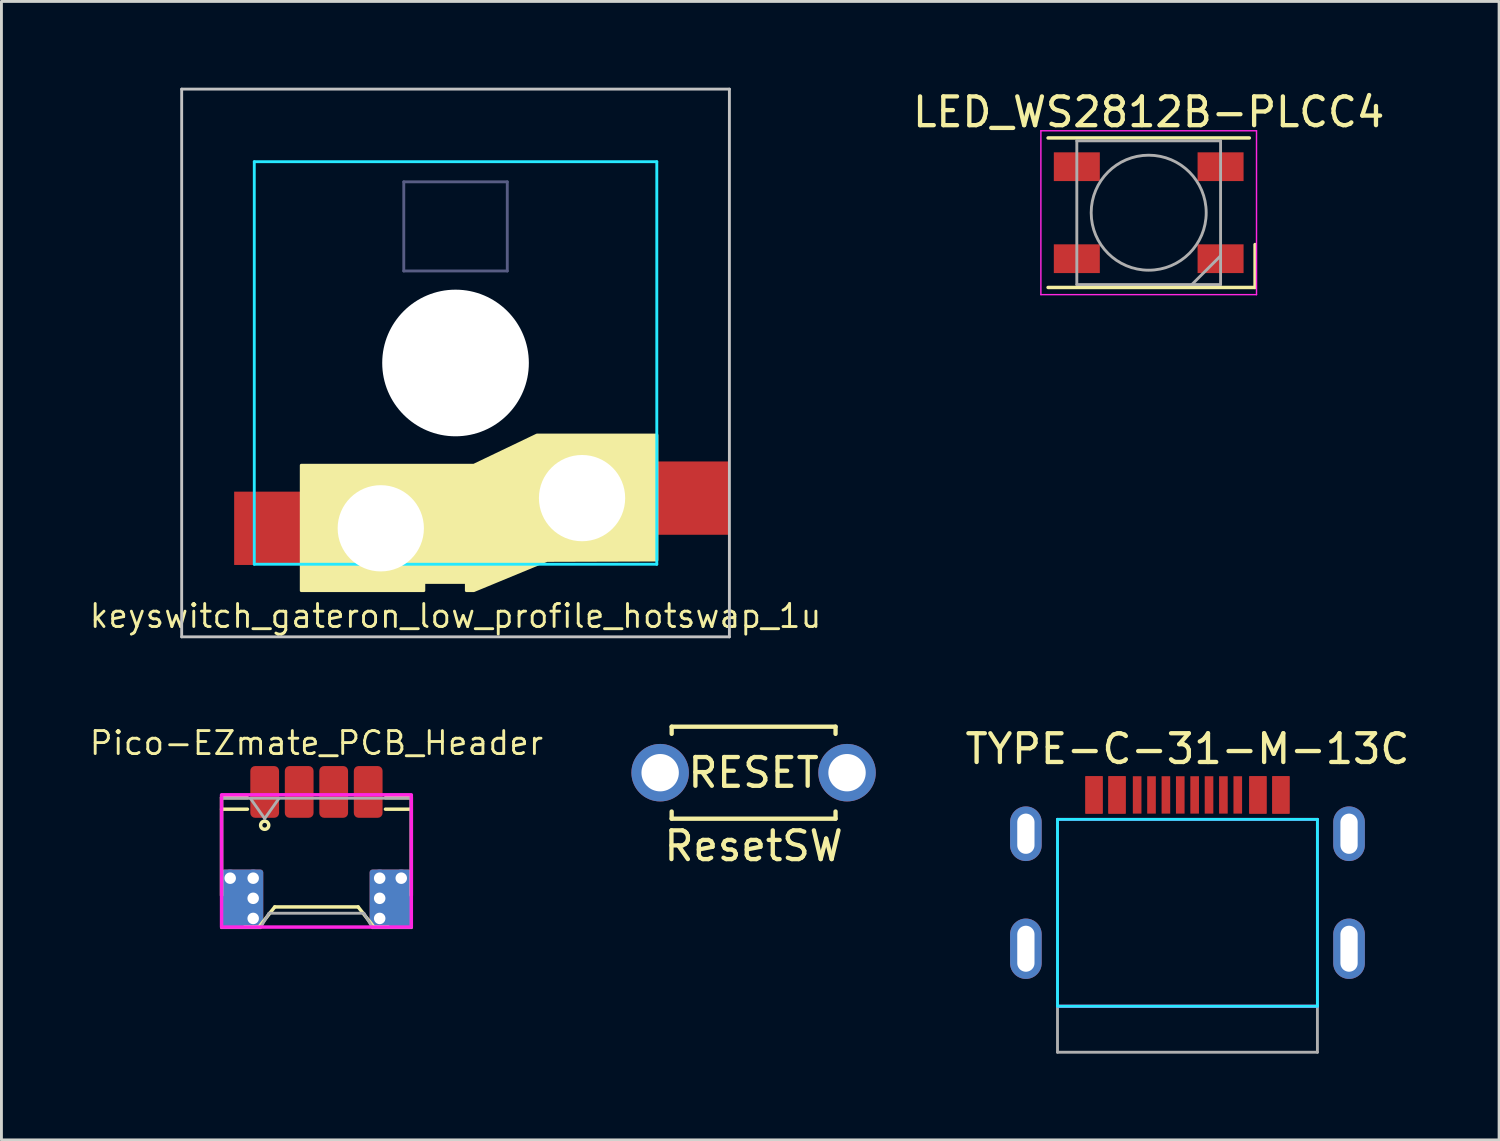
<source format=kicad_pcb>
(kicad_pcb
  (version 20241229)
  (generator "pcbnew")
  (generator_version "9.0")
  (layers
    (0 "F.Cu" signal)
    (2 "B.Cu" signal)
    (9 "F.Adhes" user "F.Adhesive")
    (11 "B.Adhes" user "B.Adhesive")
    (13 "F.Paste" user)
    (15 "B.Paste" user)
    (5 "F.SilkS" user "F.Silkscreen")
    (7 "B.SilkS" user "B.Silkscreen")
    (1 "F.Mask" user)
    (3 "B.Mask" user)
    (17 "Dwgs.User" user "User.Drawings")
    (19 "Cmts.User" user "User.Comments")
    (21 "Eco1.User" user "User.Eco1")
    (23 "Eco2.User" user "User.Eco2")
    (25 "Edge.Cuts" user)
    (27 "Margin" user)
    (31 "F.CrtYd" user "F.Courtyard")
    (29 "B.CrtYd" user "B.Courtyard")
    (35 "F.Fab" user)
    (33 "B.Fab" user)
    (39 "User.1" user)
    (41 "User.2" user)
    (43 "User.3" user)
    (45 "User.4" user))
  (footprint "ResetSW"
    (layer "F.Cu")
    (at 23.161 23.825)
    (property "Reference" "ResetSW" (at 0 2.55 0) (layer "F.SilkS") (effects (font (size 1 1) (thickness 0.15))))
    (attr through_hole)
    (fp_line (start -2.85 -1.6) (end -2.85 -1.35) (stroke (width 0.15) (type solid)) (layer "F.SilkS"))
    (fp_line (start -2.85 -1.6) (end 2.85 -1.6) (stroke (width 0.15) (type solid)) (layer "F.SilkS"))
    (fp_line (start -2.85 1.6) (end -2.85 1.35) (stroke (width 0.15) (type solid)) (layer "F.SilkS"))
    (fp_line (start -2.85 1.6) (end 2.85 1.6) (stroke (width 0.15) (type solid)) (layer "F.SilkS"))
    (fp_line (start 2.85 -1.6) (end 2.85 -1.35) (stroke (width 0.15) (type solid)) (layer "F.SilkS"))
    (fp_line (start 2.85 1.6) (end 2.85 1.35) (stroke (width 0.15) (type solid)) (layer "F.SilkS"))
    (fp_text user "RESET" (at 0 0 0) (layer "F.SilkS") (effects (font (size 1 1) (thickness 0.15))))
    (pad "1" thru_hole circle (at 3.25 0) (size 2 2) (drill 1.3) (layers "*.Cu" "B.Mask"))
    (pad "2" thru_hole circle (at -3.25 0) (size 2 2) (drill 1.3) (layers "*.Cu" "B.Mask")))
  (footprint "LED_WS2812B-PLCC4"
    (layer "F.Cu")
    (at 36.903 4.348)
    (property "Reference" "LED_WS2812B-PLCC4" (at 0 -3.5 0) (layer "F.SilkS") (effects (font (size 1 1) (thickness 0.15))))
    (attr smd)
    (fp_line (start -3.5 -2.6) (end 3.5 -2.6) (stroke (width 0.12) (type solid)) (layer "F.SilkS"))
    (fp_line (start -3.5 2.6) (end 3.7 2.6) (stroke (width 0.12) (type solid)) (layer "F.SilkS"))
    (fp_line (start 3.7 2.6) (end 3.7 1.107) (stroke (width 0.12) (type solid)) (layer "F.SilkS"))
    (fp_line (start -3.75 -2.85) (end -3.75 2.85) (stroke (width 0.05) (type solid)) (layer "F.CrtYd"))
    (fp_line (start -3.75 2.85) (end 3.75 2.85) (stroke (width 0.05) (type solid)) (layer "F.CrtYd"))
    (fp_line (start 3.75 -2.85) (end -3.75 -2.85) (stroke (width 0.05) (type solid)) (layer "F.CrtYd"))
    (fp_line (start 3.75 2.85) (end 3.75 -2.85) (stroke (width 0.05) (type solid)) (layer "F.CrtYd"))
    (fp_line (start -2.5 -2.5) (end -2.5 2.5) (stroke (width 0.1) (type solid)) (layer "F.Fab"))
    (fp_line (start -2.5 2.5) (end 2.5 2.5) (stroke (width 0.1) (type solid)) (layer "F.Fab"))
    (fp_line (start 2.5 -2.5) (end -2.5 -2.5) (stroke (width 0.1) (type solid)) (layer "F.Fab"))
    (fp_line (start 2.5 1.5) (end 1.5 2.5) (stroke (width 0.1) (type solid)) (layer "F.Fab"))
    (fp_line (start 2.5 2.5) (end 2.5 -2.5) (stroke (width 0.1) (type solid)) (layer "F.Fab"))
    (fp_circle (center 0 0) (end 0 -2) (stroke (width 0.1) (type solid)) (fill no) (layer "F.Fab"))
    (pad "1" smd rect (at -2.5 -1.6) (size 1.6 1) (layers "F.Cu" "F.Mask" "F.Paste"))
    (pad "2" smd rect (at -2.5 1.6) (size 1.6 1) (layers "F.Cu" "F.Mask" "F.Paste"))
    (pad "3" smd rect (at 2.5 1.6) (size 1.6 1) (layers "F.Cu" "F.Mask" "F.Paste"))
    (pad "4" smd rect (at 2.5 -1.6) (size 1.6 1) (layers "F.Cu" "F.Mask" "F.Paste")))
  (footprint "keyswitch_gateron_low_profile_hotswap_1u"
    (layer "F.Cu")
    (at 12.794 9.575)
    (property "Reference" "keyswitch_gateron_low_profile_hotswap_1u" (at 0 8.8 0) (layer "F.SilkS") (effects (font (size 0.8 0.8) (thickness 0.1) (bold yes))))
    (attr smd)
    (fp_poly (pts (xy -5.366 3.557) (xy 0.637 3.557) (xy 2.83 2.507) (xy 7.004 2.507) (xy 7.004 6.855) (xy 3.178 6.867) (xy 0.637 7.917) (xy 0.376 7.917) (xy 0.376 7.632) (xy -1.103 7.632) (xy -1.103 7.917) (xy -5.366 7.917)) (stroke (width 0.1) (type solid)) (fill yes) (layer "F.SilkS"))
    (fp_line (start -9.525 -9.525) (end -9.525 9.525) (stroke (width 0.1) (type solid)) (layer "Dwgs.User"))
    (fp_line (start -9.525 9.525) (end 9.525 9.525) (stroke (width 0.1) (type solid)) (layer "Dwgs.User"))
    (fp_line (start 9.525 -9.525) (end -9.525 -9.525) (stroke (width 0.1) (type solid)) (layer "Dwgs.User"))
    (fp_line (start 9.525 9.525) (end 9.525 -9.525) (stroke (width 0.1) (type solid)) (layer "Dwgs.User"))
    (fp_line (start -7 -7) (end -7 7) (stroke (width 0.1) (type solid)) (layer "B.CrtYd"))
    (fp_line (start -7 7) (end 7 7) (stroke (width 0.1) (type solid)) (layer "B.CrtYd"))
    (fp_line (start 7 -7) (end -7 -7) (stroke (width 0.1) (type solid)) (layer "B.CrtYd"))
    (fp_line (start 7 7) (end 7 -7) (stroke (width 0.1) (type solid)) (layer "B.CrtYd"))
    (fp_line (start -1.8 -6.3) (end 1.8 -6.3) (stroke (width 0.1) (type default)) (layer "B.Fab"))
    (fp_line (start -1.8 -3.2) (end -1.8 -6.3) (stroke (width 0.1) (type default)) (layer "B.Fab"))
    (fp_line (start -1.8 -3.2) (end 1.8 -3.2) (stroke (width 0.1) (type default)) (layer "B.Fab"))
    (fp_line (start 1.8 -3.2) (end 1.8 -6.3) (stroke (width 0.1) (type default)) (layer "B.Fab"))
    (pad "" np_thru_hole circle (at -2.6 5.75 90) (size 3 3) (drill 3) (layers "*.Cu" "*.Mask"))
    (pad "" np_thru_hole circle (at 0 0 90) (size 5.1 5.1) (drill 5.1) (layers "*.Cu" "*.Mask"))
    (pad "" np_thru_hole circle (at 4.4 4.7 90) (size 3 3) (drill 3) (layers "*.Cu" "*.Mask"))
    (pad "1" smd rect (at 8.25 4.7 180) (size 2.5 2.55) (layers "F.Cu" "F.Mask" "F.Paste"))
    (pad "2" smd rect (at -6.45 5.75 180) (size 2.5 2.55) (layers "F.Cu" "F.Mask" "F.Paste")))
  (footprint "TYPE-C-31-M-13C"
    (layer "F.Cu")
    (at 38.251 29.948)
    (property "Reference" "TYPE-C-31-M-13C" (at 0 -6.95 0) (layer "F.SilkS") (effects (font (size 1 1) (thickness 0.15))))
    (attr smd)
    (fp_line (start -4.52 -4.5) (end -4.52 2) (stroke (width 0.1) (type solid)) (layer "B.CrtYd"))
    (fp_line (start 4.52 -4.5) (end -4.52 -4.5) (stroke (width 0.1) (type default)) (layer "B.CrtYd"))
    (fp_line (start 4.52 -4.5) (end 4.52 2) (stroke (width 0.1) (type solid)) (layer "B.CrtYd"))
    (fp_line (start 4.52 2) (end -4.52 2) (stroke (width 0.1) (type default)) (layer "B.CrtYd"))
    (fp_line (start -4.52 -4.5) (end -4.52 2) (stroke (width 0.1) (type solid)) (layer "F.CrtYd"))
    (fp_line (start 4.52 -4.5) (end -4.52 -4.5) (stroke (width 0.1) (type default)) (layer "F.CrtYd"))
    (fp_line (start 4.52 -4.5) (end 4.52 2) (stroke (width 0.1) (type solid)) (layer "F.CrtYd"))
    (fp_line (start 4.52 2) (end -4.52 2) (stroke (width 0.1) (type default)) (layer "F.CrtYd"))
    (fp_line (start -4.52 2) (end -4.52 3.6) (stroke (width 0.1) (type default)) (layer "F.Fab"))
    (fp_line (start -4.52 2) (end 4.52 2) (stroke (width 0.1) (type default)) (layer "F.Fab"))
    (fp_line (start 4.52 2) (end 4.52 3.6) (stroke (width 0.1) (type default)) (layer "F.Fab"))
    (fp_line (start 4.52 3.6) (end -4.52 3.6) (stroke (width 0.1) (type default)) (layer "F.Fab"))
    (pad "A1" smd rect (at -3.25 -5.35) (size 0.6 1.3) (layers "F.Cu" "F.Mask" "F.Paste"))
    (pad "A4" smd rect (at -2.45 -5.35) (size 0.6 1.3) (layers "F.Cu" "F.Mask" "F.Paste"))
    (pad "A5" smd rect (at -1.25 -5.35) (size 0.3 1.3) (layers "F.Cu" "F.Mask" "F.Paste"))
    (pad "A6" smd rect (at -0.25 -5.35) (size 0.3 1.3) (layers "F.Cu" "F.Mask" "F.Paste"))
    (pad "A7" smd rect (at 0.25 -5.35) (size 0.3 1.3) (layers "F.Cu" "F.Mask" "F.Paste"))
    (pad "A8" smd rect (at 1.25 -5.35) (size 0.3 1.3) (layers "F.Cu" "F.Mask" "F.Paste"))
    (pad "A9" smd rect (at 2.45 -5.35) (size 0.6 1.3) (layers "F.Cu" "F.Mask" "F.Paste"))
    (pad "A12" smd rect (at 3.25 -5.35) (size 0.6 1.3) (layers "F.Cu" "F.Mask" "F.Paste"))
    (pad "B1" smd rect (at 3.25 -5.35) (size 0.6 1.3) (layers "F.Cu" "F.Mask" "F.Paste"))
    (pad "B4" smd rect (at 2.45 -5.35) (size 0.6 1.3) (layers "F.Cu" "F.Mask" "F.Paste"))
    (pad "B5" smd rect (at 1.75 -5.35) (size 0.3 1.3) (layers "F.Cu" "F.Mask" "F.Paste"))
    (pad "B6" smd rect (at 0.75 -5.35) (size 0.3 1.3) (layers "F.Cu" "F.Mask" "F.Paste"))
    (pad "B7" smd rect (at -0.75 -5.35) (size 0.3 1.3) (layers "F.Cu" "F.Mask" "F.Paste"))
    (pad "B8" smd rect (at -1.75 -5.35) (size 0.3 1.3) (layers "F.Cu" "F.Mask" "F.Paste"))
    (pad "B9" smd rect (at -2.45 -5.35) (size 0.6 1.3) (layers "F.Cu" "F.Mask" "F.Paste"))
    (pad "B12" smd rect (at -3.25 -5.35) (size 0.6 1.3) (layers "F.Cu" "F.Mask" "F.Paste"))
    (pad "S1" thru_hole oval (at -5.62 -4) (size 1.1 1.9) (drill oval 0.6 1.4) (layers "*.Cu" "*.Mask"))
    (pad "S1" thru_hole oval (at -5.62 0) (size 1.1 2.1) (drill oval 0.6 1.6) (layers "*.Cu" "*.Mask"))
    (pad "S1" thru_hole oval (at 5.62 -4) (size 1.1 1.9) (drill oval 0.6 1.4) (layers "*.Cu" "*.Mask"))
    (pad "S1" thru_hole oval (at 5.62 0) (size 1.1 2.1) (drill oval 0.6 1.6) (layers "*.Cu" "*.Mask")))
  (footprint "Pico-EZmate_PCB_Header"
    (layer "F.Cu")
    (at 7.956 26.694)
    (property "Reference" "Pico-EZmate_PCB_Header" (at 0 -3.9 0) (layer "F.SilkS") (effects (font (size 0.8 0.8) (thickness 0.1) (bold yes))))
    (attr smd)
    (fp_line (start -3.3 -2) (end -3.3 1.4) (stroke (width 0.12) (type solid)) (layer "F.SilkS"))
    (fp_line (start -3.3 -2) (end -2.4 -2) (stroke (width 0.12) (type solid)) (layer "F.SilkS"))
    (fp_line (start -2.4 -1.6) (end -3.3 -1.6) (stroke (width 0.12) (type solid)) (layer "F.SilkS"))
    (fp_line (start -2 2.5) (end -2.5 2.5) (stroke (width 0.12) (type solid)) (layer "F.SilkS"))
    (fp_line (start -1.45 1.8) (end -2 2.5) (stroke (width 0.12) (type solid)) (layer "F.SilkS"))
    (fp_line (start 1.45 1.8) (end -1.45 1.8) (stroke (width 0.12) (type solid)) (layer "F.SilkS"))
    (fp_line (start 2 2.5) (end 1.45 1.8) (stroke (width 0.12) (type solid)) (layer "F.SilkS"))
    (fp_line (start 2 2.5) (end 2.5 2.5) (stroke (width 0.12) (type solid)) (layer "F.SilkS"))
    (fp_line (start 2.4 -2) (end 3.3 -2) (stroke (width 0.12) (type solid)) (layer "F.SilkS"))
    (fp_line (start 3.3 -2) (end 3.3 1.4) (stroke (width 0.12) (type solid)) (layer "F.SilkS"))
    (fp_line (start 3.3 -1.6) (end 2.4 -1.6) (stroke (width 0.12) (type solid)) (layer "F.SilkS"))
    (fp_circle (center -1.8 -1.041) (end -1.7 -1.141) (stroke (width 0.12) (type solid)) (fill no) (layer "F.SilkS"))
    (fp_rect (start -3.3 -2.1) (end 3.3 2.5) (stroke (width 0.12) (type solid)) (fill no) (layer "F.CrtYd"))
    (fp_line (start -3.3 -1.98) (end -3.3 2.52) (stroke (width 0.1) (type solid)) (layer "F.Fab"))
    (fp_line (start -3.3 -1.98) (end 3.3 -1.98) (stroke (width 0.1) (type solid)) (layer "F.Fab"))
    (fp_line (start -3.3 2.52) (end -1.95 2.52) (stroke (width 0.1) (type solid)) (layer "F.Fab"))
    (fp_line (start -2.3 -1.98) (end -1.8 -1.273) (stroke (width 0.1) (type solid)) (layer "F.Fab"))
    (fp_line (start -1.95 2.52) (end -1.65 2.02) (stroke (width 0.1) (type solid)) (layer "F.Fab"))
    (fp_line (start -1.8 -1.273) (end -1.3 -1.98) (stroke (width 0.1) (type solid)) (layer "F.Fab"))
    (fp_line (start -1.65 2.02) (end 1.65 2.02) (stroke (width 0.1) (type solid)) (layer "F.Fab"))
    (fp_line (start 1.65 2.02) (end 1.95 2.52) (stroke (width 0.1) (type solid)) (layer "F.Fab"))
    (fp_line (start 1.95 2.52) (end 3.3 2.52) (stroke (width 0.1) (type solid)) (layer "F.Fab"))
    (fp_line (start 3.3 -1.98) (end 3.3 2.52) (stroke (width 0.1) (type solid)) (layer "F.Fab"))
    (pad "" smd roundrect (at -2.95 2) (size 0.7 1) (layers "F.Mask" "F.Paste") (roundrect_rratio 0.143))
    (pad "" smd roundrect (at -1.8 -2) (size 0.75 1.2) (layers "F.Mask" "F.Paste") (roundrect_rratio 0.167))
    (pad "" smd roundrect (at -0.6 -2) (size 0.75 1.2) (layers "F.Mask" "F.Paste") (roundrect_rratio 0.167))
    (pad "" smd roundrect (at 0.6 -2) (size 0.75 1.2) (layers "F.Mask" "F.Paste") (roundrect_rratio 0.167))
    (pad "" smd roundrect (at 1.8 -2) (size 0.75 1.2) (layers "F.Mask" "F.Paste") (roundrect_rratio 0.167))
    (pad "" smd roundrect (at 2.95 2) (size 0.7 1) (layers "F.Mask" "F.Paste") (roundrect_rratio 0.143))
    (pad "1" smd roundrect (at -1.8 -2.2) (size 1 1.8) (layers "F.Cu") (roundrect_rratio 0.167))
    (pad "2" smd roundrect (at -0.6 -2.2) (size 1 1.8) (layers "F.Cu") (roundrect_rratio 0.167))
    (pad "3" smd roundrect (at 0.6 -2.2) (size 1 1.8) (layers "F.Cu") (roundrect_rratio 0.167))
    (pad "4" smd roundrect (at 1.8 -2.2) (size 1 1.8) (layers "F.Cu") (roundrect_rratio 0.167))
    (pad "MP" thru_hole circle (at -3 0.8) (size 0.6 0.6) (drill 0.4) (layers "*.Cu"))
    (pad "MP" smd roundrect (at -2.575 1.5) (size 1.45 2) (layers "F.Cu") (roundrect_rratio 0.069))
    (pad "MP" smd roundrect (at -2.575 1.5) (size 1.45 2) (layers "B.Cu") (roundrect_rratio 0.069))
    (pad "MP" thru_hole circle (at -2.2 0.8) (size 0.6 0.6) (drill 0.4) (layers "*.Cu"))
    (pad "MP" thru_hole circle (at -2.2 1.5) (size 0.6 0.6) (drill 0.4) (layers "*.Cu"))
    (pad "MP" thru_hole circle (at -2.2 2.2) (size 0.6 0.6) (drill 0.4) (layers "*.Cu"))
    (pad "MP" thru_hole circle (at 2.2 0.8) (size 0.6 0.6) (drill 0.4) (layers "*.Cu"))
    (pad "MP" thru_hole circle (at 2.2 1.5) (size 0.6 0.6) (drill 0.4) (layers "*.Cu"))
    (pad "MP" thru_hole circle (at 2.2 2.2) (size 0.6 0.6) (drill 0.4) (layers "*.Cu"))
    (pad "MP" smd roundrect (at 2.575 1.5) (size 1.45 2) (layers "F.Cu") (roundrect_rratio 0.069))
    (pad "MP" smd roundrect (at 2.575 1.5) (size 1.45 2) (layers "B.Cu") (roundrect_rratio 0.069))
    (pad "MP" thru_hole circle (at 2.95 0.8) (size 0.6 0.6) (drill 0.4) (layers "*.Cu")))
  (gr_rect
    (start -3 -3)
    (end 49.09 36.598)
    (stroke (width 0.1) (type default))
    (fill no)
    (layer "Edge.Cuts")))
</source>
